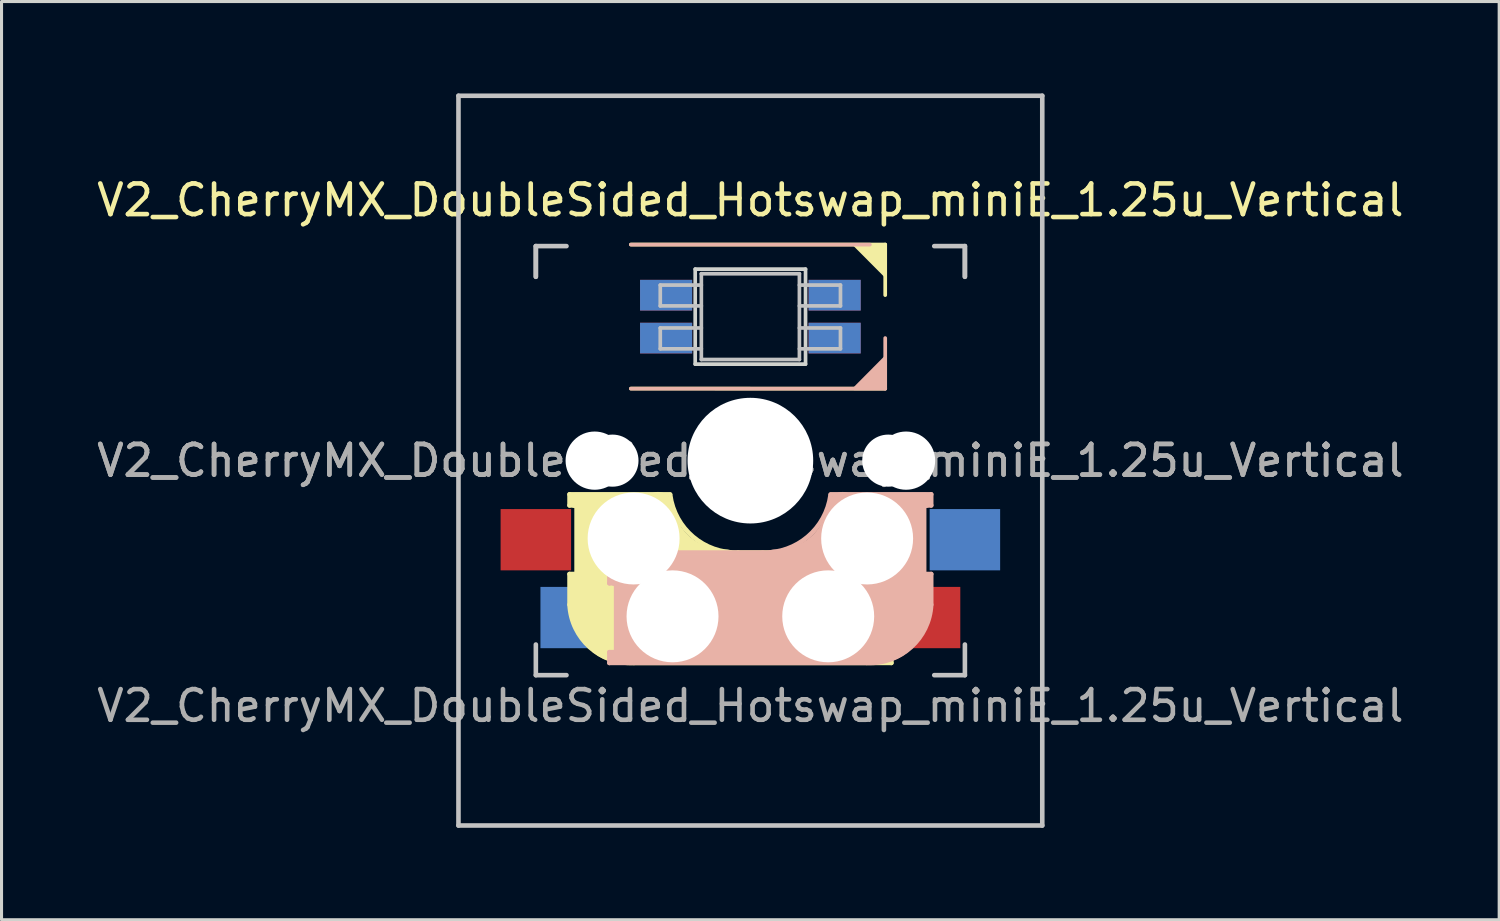
<source format=kicad_pcb>
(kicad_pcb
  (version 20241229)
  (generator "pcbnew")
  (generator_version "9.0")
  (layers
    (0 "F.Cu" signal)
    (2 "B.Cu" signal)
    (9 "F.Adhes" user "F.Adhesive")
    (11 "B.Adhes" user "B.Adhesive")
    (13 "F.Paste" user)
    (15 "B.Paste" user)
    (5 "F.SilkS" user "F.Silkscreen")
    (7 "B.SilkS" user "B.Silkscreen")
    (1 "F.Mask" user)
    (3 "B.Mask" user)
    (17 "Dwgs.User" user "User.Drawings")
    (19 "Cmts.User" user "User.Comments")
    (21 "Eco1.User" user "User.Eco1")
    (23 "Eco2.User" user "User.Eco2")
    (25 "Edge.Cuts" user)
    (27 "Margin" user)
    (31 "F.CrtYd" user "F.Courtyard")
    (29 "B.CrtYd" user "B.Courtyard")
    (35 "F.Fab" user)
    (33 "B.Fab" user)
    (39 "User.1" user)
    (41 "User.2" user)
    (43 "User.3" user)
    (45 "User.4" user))
  (footprint "V2_CherryMX_DoubleSided_Hotswap_miniE_1.25u_Vertical"
    (layer "F.Cu")
    (at 21.435 11.981)
    (property "Reference" "V2_CherryMX_DoubleSided_Hotswap_miniE_1.25u_Vertical" (at 0 -8.5 180) (layer "F.SilkS") (effects (font (size 1 1) (thickness 0.15))))
    (attr through_hole)
    (fp_line (start -5.9 1.1) (end -5.9 1.46) (stroke (width 0.15) (type solid)) (layer "F.SilkS"))
    (fp_line (start -5.9 1.1) (end -2.62 1.1) (stroke (width 0.15) (type solid)) (layer "F.SilkS"))
    (fp_line (start -5.9 3.7) (end -5.7 3.7) (stroke (width 0.15) (type solid)) (layer "F.SilkS"))
    (fp_line (start -5.9 4.7) (end -5.9 3.7) (stroke (width 0.15) (type solid)) (layer "F.SilkS"))
    (fp_line (start -5.8 3.8) (end -5.8 4.7) (stroke (width 0.3) (type solid)) (layer "F.SilkS"))
    (fp_line (start -5.7 1.3) (end -3 1.3) (stroke (width 0.5) (type solid)) (layer "F.SilkS"))
    (fp_line (start -5.7 1.46) (end -5.9 1.46) (stroke (width 0.15) (type solid)) (layer "F.SilkS"))
    (fp_line (start -5.67 3.7) (end -5.67 1.46) (stroke (width 0.15) (type solid)) (layer "F.SilkS"))
    (fp_line (start -5.3 1.6) (end -5.3 3.4) (stroke (width 0.8) (type solid)) (layer "F.SilkS"))
    (fp_line (start -4.17 5.1) (end -4.17 2.86) (stroke (width 3) (type solid)) (layer "F.SilkS"))
    (fp_line (start -3.9 -7.052) (end 4.4 -7.052) (stroke (width 0.12) (type solid)) (layer "F.SilkS"))
    (fp_line (start -0.4 3) (end 4.6 3) (stroke (width 0.15) (type solid)) (layer "F.SilkS"))
    (fp_line (start 2.6 4.8) (end -4.1 4.8) (stroke (width 3.5) (type solid)) (layer "F.SilkS"))
    (fp_line (start 3.9 6) (end 3.9 3.5) (stroke (width 1) (type solid)) (layer "F.SilkS"))
    (fp_line (start 4.3 3.3) (end 2.9 3.3) (stroke (width 0.5) (type solid)) (layer "F.SilkS"))
    (fp_line (start 4.38 4) (end 4.38 6.25) (stroke (width 0.15) (type solid)) (layer "F.SilkS"))
    (fp_line (start 4.4 -7.052) (end 4.4 -5.401) (stroke (width 0.12) (type solid)) (layer "F.SilkS"))
    (fp_line (start 4.4 -2.349) (end -3.9 -2.352) (stroke (width 0.12) (type solid)) (layer "F.SilkS"))
    (fp_line (start 4.4 3.9) (end 4.4 3.2) (stroke (width 0.4) (type solid)) (layer "F.SilkS"))
    (fp_line (start 4.4 6.25) (end 4.6 6.25) (stroke (width 0.15) (type solid)) (layer "F.SilkS"))
    (fp_line (start 4.4 6.4) (end 3 6.4) (stroke (width 0.4) (type solid)) (layer "F.SilkS"))
    (fp_line (start 4.6 3) (end 4.6 4) (stroke (width 0.15) (type solid)) (layer "F.SilkS"))
    (fp_line (start 4.6 4) (end 4.4 4) (stroke (width 0.15) (type solid)) (layer "F.SilkS"))
    (fp_line (start 4.6 6.25) (end 4.6 6.6) (stroke (width 0.15) (type solid)) (layer "F.SilkS"))
    (fp_line (start 4.6 6.6) (end -3.8 6.6) (stroke (width 0.15) (type solid)) (layer "F.SilkS"))
    (fp_arc (start -3.8 6.600001) (mid -5.243504 6.084925) (end -5.900001 4.7) (stroke (width 0.15) (type solid)) (layer "F.SilkS"))
    (fp_arc (start -0.8 3.4) (mid -2.268709 2.886118) (end -3.016318 1.521471) (stroke (width 1) (type solid)) (layer "F.SilkS"))
    (fp_arc (start -0.4 3) (mid -1.868709 2.486118) (end -2.616318 1.121471) (stroke (width 0.15) (type solid)) (layer "F.SilkS"))
    (fp_poly (pts (xy 3.392 -7.049) (xy 4.4 -7.052) (xy 4.4 -6.036)) (stroke (width 0.1) (type solid)) (fill yes) (layer "F.SilkS"))
    (fp_line (start -4.6 3) (end -4.6 4) (stroke (width 0.15) (type solid)) (layer "B.SilkS"))
    (fp_line (start -4.6 4) (end -4.4 4) (stroke (width 0.15) (type solid)) (layer "B.SilkS"))
    (fp_line (start -4.6 6.25) (end -4.6 6.6) (stroke (width 0.15) (type solid)) (layer "B.SilkS"))
    (fp_line (start -4.6 6.6) (end 3.8 6.6) (stroke (width 0.15) (type solid)) (layer "B.SilkS"))
    (fp_line (start -4.4 3.9) (end -4.4 3.2) (stroke (width 0.4) (type solid)) (layer "B.SilkS"))
    (fp_line (start -4.4 6.25) (end -4.6 6.25) (stroke (width 0.15) (type solid)) (layer "B.SilkS"))
    (fp_line (start -4.4 6.4) (end -3 6.4) (stroke (width 0.4) (type solid)) (layer "B.SilkS"))
    (fp_line (start -4.38 4) (end -4.38 6.25) (stroke (width 0.15) (type solid)) (layer "B.SilkS"))
    (fp_line (start -4.3 3.3) (end -2.9 3.3) (stroke (width 0.5) (type solid)) (layer "B.SilkS"))
    (fp_line (start -3.9 -2.349) (end 4.4 -2.349) (stroke (width 0.12) (type solid)) (layer "B.SilkS"))
    (fp_line (start -3.9 6) (end -3.9 3.5) (stroke (width 1) (type solid)) (layer "B.SilkS"))
    (fp_line (start -2.6 4.8) (end 4.1 4.8) (stroke (width 3.5) (type solid)) (layer "B.SilkS"))
    (fp_line (start 0.4 3) (end -4.6 3) (stroke (width 0.15) (type solid)) (layer "B.SilkS"))
    (fp_line (start 3.9 -7.049) (end -3.9 -7.049) (stroke (width 0.12) (type solid)) (layer "B.SilkS"))
    (fp_line (start 4.17 5.1) (end 4.17 2.86) (stroke (width 3) (type solid)) (layer "B.SilkS"))
    (fp_line (start 4.4 -2.349) (end 4.4 -4) (stroke (width 0.12) (type solid)) (layer "B.SilkS"))
    (fp_line (start 5.3 1.6) (end 5.3 3.4) (stroke (width 0.8) (type solid)) (layer "B.SilkS"))
    (fp_line (start 5.67 3.7) (end 5.67 1.46) (stroke (width 0.15) (type solid)) (layer "B.SilkS"))
    (fp_line (start 5.7 1.3) (end 3 1.3) (stroke (width 0.5) (type solid)) (layer "B.SilkS"))
    (fp_line (start 5.7 1.46) (end 5.9 1.46) (stroke (width 0.15) (type solid)) (layer "B.SilkS"))
    (fp_line (start 5.8 3.8) (end 5.8 4.7) (stroke (width 0.3) (type solid)) (layer "B.SilkS"))
    (fp_line (start 5.9 1.1) (end 2.62 1.1) (stroke (width 0.15) (type solid)) (layer "B.SilkS"))
    (fp_line (start 5.9 1.1) (end 5.9 1.46) (stroke (width 0.15) (type solid)) (layer "B.SilkS"))
    (fp_line (start 5.9 3.7) (end 5.7 3.7) (stroke (width 0.15) (type solid)) (layer "B.SilkS"))
    (fp_line (start 5.9 4.7) (end 5.9 3.7) (stroke (width 0.15) (type solid)) (layer "B.SilkS"))
    (fp_arc (start 2.616318 1.121471) (mid 1.868709 2.486118) (end 0.4 3) (stroke (width 0.15) (type solid)) (layer "B.SilkS"))
    (fp_arc (start 3.016318 1.521471) (mid 2.268709 2.886118) (end 0.8 3.4) (stroke (width 1) (type solid)) (layer "B.SilkS"))
    (fp_arc (start 5.9 4.699999) (mid 5.243504 6.084924) (end 3.800001 6.6) (stroke (width 0.15) (type solid)) (layer "B.SilkS"))
    (fp_poly (pts (xy 4.4 -3.365) (xy 4.4 -2.349) (xy 3.392 -2.349)) (stroke (width 0.1) (type solid)) (fill yes) (layer "B.SilkS"))
    (fp_line (start -9.525 -11.906) (end 9.525 -11.906) (stroke (width 0.15) (type solid)) (layer "Dwgs.User"))
    (fp_line (start -9.525 11.906) (end -9.525 -11.906) (stroke (width 0.15) (type solid)) (layer "Dwgs.User"))
    (fp_line (start -7 -7) (end -7 -6) (stroke (width 0.15) (type solid)) (layer "Dwgs.User"))
    (fp_line (start -7 -7) (end -6 -7) (stroke (width 0.15) (type solid)) (layer "Dwgs.User"))
    (fp_line (start -7 -6) (end -7 -7) (stroke (width 0.15) (type solid)) (layer "Dwgs.User"))
    (fp_line (start -7 7) (end -7 6) (stroke (width 0.15) (type solid)) (layer "Dwgs.User"))
    (fp_line (start -7 7) (end -6 7) (stroke (width 0.15) (type solid)) (layer "Dwgs.User"))
    (fp_line (start -2.94 -5.729) (end -2.94 -5.049) (stroke (width 0.12) (type solid)) (layer "Dwgs.User"))
    (fp_line (start -2.94 -5.049) (end -1.6 -5.049) (stroke (width 0.12) (type solid)) (layer "Dwgs.User"))
    (fp_line (start -2.94 -4.329) (end -2.94 -3.649) (stroke (width 0.12) (type solid)) (layer "Dwgs.User"))
    (fp_line (start -2.94 -3.649) (end -1.6 -3.649) (stroke (width 0.12) (type solid)) (layer "Dwgs.User"))
    (fp_line (start -1.6 -5.729) (end -2.94 -5.729) (stroke (width 0.12) (type solid)) (layer "Dwgs.User"))
    (fp_line (start -1.6 -4.329) (end -2.94 -4.329) (stroke (width 0.12) (type solid)) (layer "Dwgs.User"))
    (fp_line (start -1.6 -3.299) (end -1.6 -6.099) (stroke (width 0.12) (type solid)) (layer "Dwgs.User"))
    (fp_line (start 1.6 -6.099) (end -1.6 -6.099) (stroke (width 0.12) (type solid)) (layer "Dwgs.User"))
    (fp_line (start 1.6 -5.049) (end 2.94 -5.049) (stroke (width 0.12) (type solid)) (layer "Dwgs.User"))
    (fp_line (start 1.6 -3.649) (end 2.94 -3.649) (stroke (width 0.12) (type solid)) (layer "Dwgs.User"))
    (fp_line (start 1.6 -3.299) (end -1.6 -3.299) (stroke (width 0.12) (type solid)) (layer "Dwgs.User"))
    (fp_line (start 1.6 -3.299) (end 1.6 -6.099) (stroke (width 0.12) (type solid)) (layer "Dwgs.User"))
    (fp_line (start 2.94 -5.729) (end 1.6 -5.729) (stroke (width 0.12) (type solid)) (layer "Dwgs.User"))
    (fp_line (start 2.94 -5.049) (end 2.94 -5.729) (stroke (width 0.12) (type solid)) (layer "Dwgs.User"))
    (fp_line (start 2.94 -4.329) (end 1.6 -4.329) (stroke (width 0.12) (type solid)) (layer "Dwgs.User"))
    (fp_line (start 2.94 -3.649) (end 2.94 -4.329) (stroke (width 0.12) (type solid)) (layer "Dwgs.User"))
    (fp_line (start 7 -7) (end 6 -7) (stroke (width 0.15) (type solid)) (layer "Dwgs.User"))
    (fp_line (start 7 -6) (end 7 -7) (stroke (width 0.15) (type solid)) (layer "Dwgs.User"))
    (fp_line (start 7 -6) (end 7 -7) (stroke (width 0.15) (type solid)) (layer "Dwgs.User"))
    (fp_line (start 7 6) (end 7 7) (stroke (width 0.15) (type solid)) (layer "Dwgs.User"))
    (fp_line (start 7 7) (end 6 7) (stroke (width 0.15) (type solid)) (layer "Dwgs.User"))
    (fp_line (start 9.525 -11.906) (end 9.525 11.906) (stroke (width 0.15) (type solid)) (layer "Dwgs.User"))
    (fp_line (start 9.525 11.906) (end -9.525 11.906) (stroke (width 0.15) (type solid)) (layer "Dwgs.User"))
    (fp_line (start -1.8 -6.249) (end -1.8 -3.149) (stroke (width 0.12) (type solid)) (layer "Edge.Cuts"))
    (fp_line (start -1.8 -3.149) (end 1.8 -3.149) (stroke (width 0.12) (type solid)) (layer "Edge.Cuts"))
    (fp_line (start 1.8 -6.249) (end -1.8 -6.249) (stroke (width 0.12) (type solid)) (layer "Edge.Cuts"))
    (fp_line (start 1.8 -3.149) (end 1.8 -6.249) (stroke (width 0.12) (type solid)) (layer "Edge.Cuts"))
    (fp_text user "${REFERENCE}" (at 0 0 180) (layer "F.Fab") (effects (font (size 1 1) (thickness 0.15))))
    (fp_text user "${REFERENCE}" (at 0 0 180) (layer "F.Fab") (effects (font (size 1 1) (thickness 0.15))))
    (fp_text user "${REFERENCE}" (at 0 8 180) (layer "F.Fab") (effects (font (size 1 1) (thickness 0.15))))
    (pad "" np_thru_hole circle (at -5.08 0 180) (size 1.9 1.9) (drill 1.9) (layers "*.Cu" "*.Mask"))
    (pad "" np_thru_hole circle (at -4.5 0 180) (size 1.7 1.7) (drill 1.7) (layers "*.Cu" "*.Mask"))
    (pad "" np_thru_hole circle (at -3.81 2.54) (size 3 3) (drill 3) (layers "*.Cu" "*.Mask"))
    (pad "" np_thru_hole circle (at -2.54 5.08) (size 3 3) (drill 3) (layers "*.Cu" "*.Mask"))
    (pad "" np_thru_hole circle (at 0 0 270) (size 4.1 4.1) (drill 4.1) (layers "*.Cu" "*.Mask"))
    (pad "" np_thru_hole circle (at 2.54 5.08) (size 3 3) (drill 3) (layers "*.Cu" "*.Mask"))
    (pad "" np_thru_hole circle (at 3.81 2.54) (size 3 3) (drill 3) (layers "*.Cu" "*.Mask"))
    (pad "" np_thru_hole circle (at 4.5 0 180) (size 1.7 1.7) (drill 1.7) (layers "*.Cu" "*.Mask"))
    (pad "" np_thru_hole circle (at 5.08 0 180) (size 1.9 1.9) (drill 1.9) (layers "*.Cu" "*.Mask"))
    (pad "1" smd rect (at -2.75 -5.399 180) (size 1.7 1) (layers "B.Cu" "B.Mask" "B.Paste"))
    (pad "1" smd rect (at -2.75 -3.999 180) (size 1.7 1) (layers "F.Cu" "F.Mask" "F.Paste"))
    (pad "2" smd rect (at -2.75 -5.399 180) (size 1.7 1) (layers "F.Cu" "F.Mask" "F.Paste"))
    (pad "2" smd rect (at -2.75 -3.999 180) (size 1.7 1) (layers "B.Cu" "B.Mask" "B.Paste"))
    (pad "3" smd rect (at 2.75 -5.399 180) (size 1.7 1) (layers "F.Cu" "F.Mask" "F.Paste"))
    (pad "3" smd rect (at 2.75 -3.999 180) (size 1.7 1) (layers "B.Cu" "B.Mask" "B.Paste"))
    (pad "4" smd rect (at 2.75 -5.399 180) (size 1.7 1) (layers "B.Cu" "B.Mask" "B.Paste"))
    (pad "4" smd rect (at 2.75 -3.999 180) (size 1.7 1) (layers "F.Cu" "F.Mask" "F.Paste"))
    (pad "5" smd rect (at -5.7 5.12) (size 2.3 2) (layers "B.Cu" "B.Mask" "B.Paste"))
    (pad "5" smd rect (at 5.7 5.12) (size 2.3 2) (layers "F.Cu" "F.Mask" "F.Paste"))
    (pad "6" smd rect (at -7 2.58) (size 2.3 2) (layers "F.Cu" "F.Mask" "F.Paste"))
    (pad "6" smd rect (at 7 2.58) (size 2.3 2) (layers "B.Cu" "B.Mask" "B.Paste")))
  (gr_rect
    (start -3 -3)
    (end 45.869 26.962)
    (stroke (width 0.1) (type default))
    (fill no)
    (layer "Edge.Cuts")))
</source>
